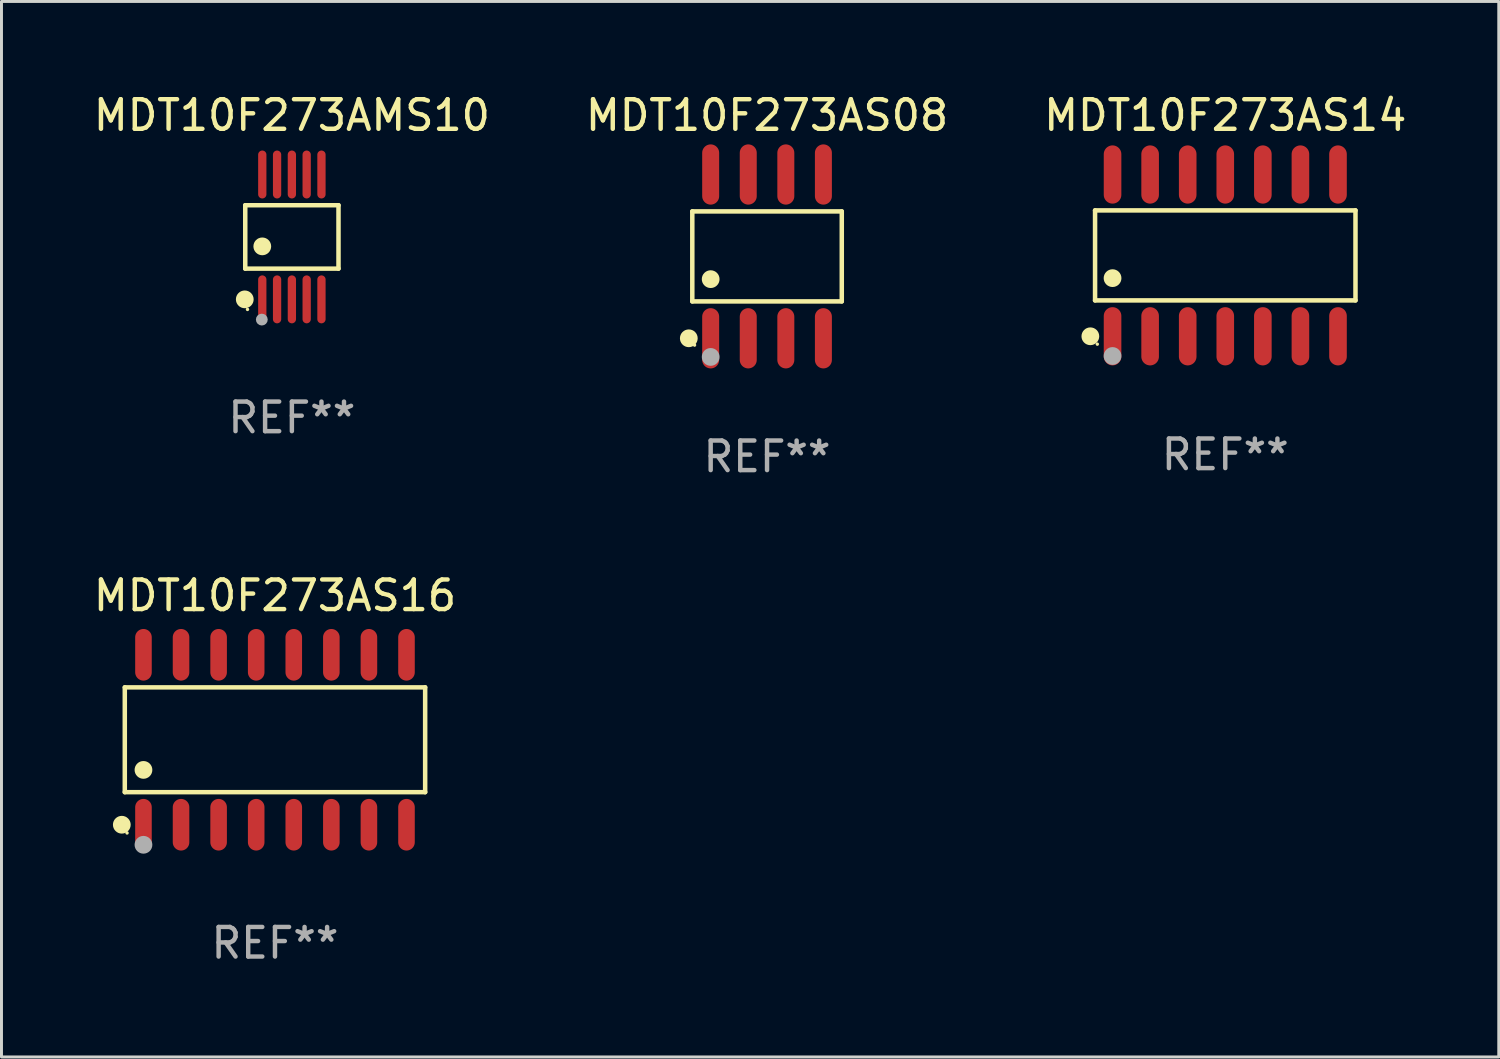
<source format=kicad_pcb>
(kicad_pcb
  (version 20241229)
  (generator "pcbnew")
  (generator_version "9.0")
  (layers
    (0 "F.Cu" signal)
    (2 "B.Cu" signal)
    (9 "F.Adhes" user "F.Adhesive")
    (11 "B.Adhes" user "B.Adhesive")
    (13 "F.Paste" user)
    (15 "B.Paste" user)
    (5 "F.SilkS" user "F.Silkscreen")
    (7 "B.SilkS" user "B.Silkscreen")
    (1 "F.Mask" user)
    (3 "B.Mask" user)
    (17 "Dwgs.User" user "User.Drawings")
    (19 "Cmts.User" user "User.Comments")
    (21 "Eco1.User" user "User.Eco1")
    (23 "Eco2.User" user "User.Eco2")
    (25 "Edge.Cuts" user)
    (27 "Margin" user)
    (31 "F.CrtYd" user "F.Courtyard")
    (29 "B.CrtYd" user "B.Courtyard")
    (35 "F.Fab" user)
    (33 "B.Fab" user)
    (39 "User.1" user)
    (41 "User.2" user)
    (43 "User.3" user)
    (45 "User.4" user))
  (footprint "MDT10F273AS14"
    (layer "F.Cu")
    (at 38.363 5.582)
    (property "Reference" "MDT10F273AS14" (at 0 -4.734 0) (layer "F.SilkS") (effects (font (size 1 1) (thickness 0.15))))
    (attr through_hole)
    (fp_line (start -4.401 -1.521) (end 4.401 -1.521) (stroke (width 0.152) (type solid)) (layer "F.SilkS"))
    (fp_line (start -4.401 1.521) (end -4.401 -1.521) (stroke (width 0.152) (type solid)) (layer "F.SilkS"))
    (fp_line (start 4.401 -1.521) (end 4.401 1.521) (stroke (width 0.152) (type solid)) (layer "F.SilkS"))
    (fp_line (start 4.401 1.521) (end -4.401 1.521) (stroke (width 0.152) (type solid)) (layer "F.SilkS"))
    (fp_circle (center -4.56 2.734) (end -4.41 2.734) (stroke (width 0.3) (type solid)) (fill no) (layer "F.SilkS"))
    (fp_circle (center -4.325 3) (end -4.295 3) (stroke (width 0.06) (type solid)) (fill no) (layer "F.SilkS"))
    (fp_circle (center -3.81 0.769) (end -3.66 0.769) (stroke (width 0.3) (type solid)) (fill no) (layer "F.SilkS"))
    (fp_circle (center -3.81 3.4) (end -3.66 3.4) (stroke (width 0.3) (type solid)) (fill no) (layer "F.Fab"))
    (fp_text user "REF**" (at 0 6.734 0) (layer "F.Fab") (effects (font (size 1 1) (thickness 0.15))))
    (pad "1" smd oval (at -3.81 2.734) (size 0.595 1.968) (layers "F.Cu" "F.Mask" "F.Paste"))
    (pad "2" smd oval (at -2.54 2.734) (size 0.595 1.968) (layers "F.Cu" "F.Mask" "F.Paste"))
    (pad "3" smd oval (at -1.27 2.734) (size 0.595 1.968) (layers "F.Cu" "F.Mask" "F.Paste"))
    (pad "4" smd oval (at 0 2.734) (size 0.595 1.968) (layers "F.Cu" "F.Mask" "F.Paste"))
    (pad "5" smd oval (at 1.27 2.734) (size 0.595 1.968) (layers "F.Cu" "F.Mask" "F.Paste"))
    (pad "6" smd oval (at 2.54 2.734) (size 0.595 1.968) (layers "F.Cu" "F.Mask" "F.Paste"))
    (pad "7" smd oval (at 3.81 2.734) (size 0.595 1.968) (layers "F.Cu" "F.Mask" "F.Paste"))
    (pad "8" smd oval (at 3.81 -2.734) (size 0.595 1.968) (layers "F.Cu" "F.Mask" "F.Paste"))
    (pad "9" smd oval (at 2.54 -2.734) (size 0.595 1.968) (layers "F.Cu" "F.Mask" "F.Paste"))
    (pad "10" smd oval (at 1.27 -2.734) (size 0.595 1.968) (layers "F.Cu" "F.Mask" "F.Paste"))
    (pad "11" smd oval (at 0 -2.734) (size 0.595 1.968) (layers "F.Cu" "F.Mask" "F.Paste"))
    (pad "12" smd oval (at -1.27 -2.734) (size 0.595 1.968) (layers "F.Cu" "F.Mask" "F.Paste"))
    (pad "13" smd oval (at -2.54 -2.734) (size 0.595 1.968) (layers "F.Cu" "F.Mask" "F.Paste"))
    (pad "14" smd oval (at -3.81 -2.734) (size 0.595 1.968) (layers "F.Cu" "F.Mask" "F.Paste")))
  (footprint "MDT10F273AS16"
    (layer "F.Cu")
    (at 6.244 21.953)
    (property "Reference" "MDT10F273AS16" (at 0 -4.872 0) (layer "F.SilkS") (effects (font (size 1 1) (thickness 0.15))))
    (attr through_hole)
    (fp_line (start -5.076 -1.771) (end 5.076 -1.771) (stroke (width 0.152) (type solid)) (layer "F.SilkS"))
    (fp_line (start -5.076 1.771) (end -5.076 -1.771) (stroke (width 0.152) (type solid)) (layer "F.SilkS"))
    (fp_line (start 5.076 -1.771) (end 5.076 1.771) (stroke (width 0.152) (type solid)) (layer "F.SilkS"))
    (fp_line (start 5.076 1.771) (end -5.076 1.771) (stroke (width 0.152) (type solid)) (layer "F.SilkS"))
    (fp_circle (center -5.177 2.872) (end -5.027 2.872) (stroke (width 0.3) (type solid)) (fill no) (layer "F.SilkS"))
    (fp_circle (center -5 3.15) (end -4.97 3.15) (stroke (width 0.06) (type solid)) (fill no) (layer "F.SilkS"))
    (fp_circle (center -4.445 1.019) (end -4.295 1.019) (stroke (width 0.3) (type solid)) (fill no) (layer "F.SilkS"))
    (fp_circle (center -4.445 3.55) (end -4.295 3.55) (stroke (width 0.3) (type solid)) (fill no) (layer "F.Fab"))
    (fp_text user "REF**" (at 0 6.872 0) (layer "F.Fab") (effects (font (size 1 1) (thickness 0.15))))
    (pad "1" smd oval (at -4.445 2.872) (size 0.56 1.745) (layers "F.Cu" "F.Mask" "F.Paste"))
    (pad "2" smd oval (at -3.175 2.872) (size 0.56 1.745) (layers "F.Cu" "F.Mask" "F.Paste"))
    (pad "3" smd oval (at -1.905 2.872) (size 0.56 1.745) (layers "F.Cu" "F.Mask" "F.Paste"))
    (pad "4" smd oval (at -0.635 2.872) (size 0.56 1.745) (layers "F.Cu" "F.Mask" "F.Paste"))
    (pad "5" smd oval (at 0.635 2.872) (size 0.56 1.745) (layers "F.Cu" "F.Mask" "F.Paste"))
    (pad "6" smd oval (at 1.905 2.872) (size 0.56 1.745) (layers "F.Cu" "F.Mask" "F.Paste"))
    (pad "7" smd oval (at 3.175 2.872) (size 0.56 1.745) (layers "F.Cu" "F.Mask" "F.Paste"))
    (pad "8" smd oval (at 4.445 2.872) (size 0.56 1.745) (layers "F.Cu" "F.Mask" "F.Paste"))
    (pad "9" smd oval (at 4.445 -2.872) (size 0.56 1.745) (layers "F.Cu" "F.Mask" "F.Paste"))
    (pad "10" smd oval (at 3.175 -2.872) (size 0.56 1.745) (layers "F.Cu" "F.Mask" "F.Paste"))
    (pad "11" smd oval (at 1.905 -2.872) (size 0.56 1.745) (layers "F.Cu" "F.Mask" "F.Paste"))
    (pad "12" smd oval (at 0.635 -2.872) (size 0.56 1.745) (layers "F.Cu" "F.Mask" "F.Paste"))
    (pad "13" smd oval (at -0.635 -2.872) (size 0.56 1.745) (layers "F.Cu" "F.Mask" "F.Paste"))
    (pad "14" smd oval (at -1.905 -2.872) (size 0.56 1.745) (layers "F.Cu" "F.Mask" "F.Paste"))
    (pad "15" smd oval (at -3.175 -2.872) (size 0.56 1.745) (layers "F.Cu" "F.Mask" "F.Paste"))
    (pad "16" smd oval (at -4.445 -2.872) (size 0.56 1.745) (layers "F.Cu" "F.Mask" "F.Paste")))
  (footprint "MDT10F273AMS10"
    (layer "F.Cu")
    (at 6.815 4.958)
    (property "Reference" "MDT10F273AMS10" (at 0 -4.11 0) (layer "F.SilkS") (effects (font (size 1 1) (thickness 0.15))))
    (attr through_hole)
    (fp_line (start -1.576 -1.071) (end 1.576 -1.071) (stroke (width 0.152) (type solid)) (layer "F.SilkS"))
    (fp_line (start -1.576 1.071) (end -1.576 -1.071) (stroke (width 0.152) (type solid)) (layer "F.SilkS"))
    (fp_line (start 1.576 -1.071) (end 1.576 1.071) (stroke (width 0.152) (type solid)) (layer "F.SilkS"))
    (fp_line (start 1.576 1.071) (end -1.576 1.071) (stroke (width 0.152) (type solid)) (layer "F.SilkS"))
    (fp_circle (center -1.592 2.11) (end -1.442 2.11) (stroke (width 0.3) (type solid)) (fill no) (layer "F.SilkS"))
    (fp_circle (center -1.5 2.45) (end -1.47 2.45) (stroke (width 0.06) (type solid)) (fill no) (layer "F.SilkS"))
    (fp_circle (center -1 0.319) (end -0.85 0.319) (stroke (width 0.3) (type solid)) (fill no) (layer "F.SilkS"))
    (fp_circle (center -1.016 2.794) (end -0.916 2.794) (stroke (width 0.2) (type solid)) (fill no) (layer "F.Fab"))
    (fp_text user "REF**" (at 0 6.11 0) (layer "F.Fab") (effects (font (size 1 1) (thickness 0.15))))
    (pad "1" smd oval (at -1 2.11) (size 0.28 1.62) (layers "F.Cu" "F.Mask" "F.Paste"))
    (pad "2" smd oval (at -0.5 2.11) (size 0.28 1.62) (layers "F.Cu" "F.Mask" "F.Paste"))
    (pad "3" smd oval (at 0 2.11) (size 0.28 1.62) (layers "F.Cu" "F.Mask" "F.Paste"))
    (pad "4" smd oval (at 0.5 2.11) (size 0.28 1.62) (layers "F.Cu" "F.Mask" "F.Paste"))
    (pad "5" smd oval (at 1 2.11) (size 0.28 1.62) (layers "F.Cu" "F.Mask" "F.Paste"))
    (pad "6" smd oval (at 1 -2.11) (size 0.28 1.62) (layers "F.Cu" "F.Mask" "F.Paste"))
    (pad "7" smd oval (at 0.5 -2.11) (size 0.28 1.62) (layers "F.Cu" "F.Mask" "F.Paste"))
    (pad "8" smd oval (at 0 -2.11) (size 0.28 1.62) (layers "F.Cu" "F.Mask" "F.Paste"))
    (pad "9" smd oval (at -0.5 -2.11) (size 0.28 1.62) (layers "F.Cu" "F.Mask" "F.Paste"))
    (pad "10" smd oval (at -1 -2.11) (size 0.28 1.62) (layers "F.Cu" "F.Mask" "F.Paste")))
  (footprint "MDT10F273AS08"
    (layer "F.Cu")
    (at 22.875 5.616)
    (property "Reference" "MDT10F273AS08" (at 0 -4.768 0) (layer "F.SilkS") (effects (font (size 1 1) (thickness 0.15))))
    (attr through_hole)
    (fp_line (start -2.526 -1.521) (end 2.526 -1.521) (stroke (width 0.152) (type solid)) (layer "F.SilkS"))
    (fp_line (start -2.526 1.521) (end -2.526 -1.521) (stroke (width 0.152) (type solid)) (layer "F.SilkS"))
    (fp_line (start 2.526 -1.521) (end 2.526 1.521) (stroke (width 0.152) (type solid)) (layer "F.SilkS"))
    (fp_line (start 2.526 1.521) (end -2.526 1.521) (stroke (width 0.152) (type solid)) (layer "F.SilkS"))
    (fp_circle (center -2.644 2.768) (end -2.494 2.768) (stroke (width 0.3) (type solid)) (fill no) (layer "F.SilkS"))
    (fp_circle (center -2.45 2.998) (end -2.42 2.998) (stroke (width 0.06) (type solid)) (fill no) (layer "F.SilkS"))
    (fp_circle (center -1.905 0.769) (end -1.755 0.769) (stroke (width 0.3) (type solid)) (fill no) (layer "F.SilkS"))
    (fp_circle (center -1.905 3.398) (end -1.755 3.398) (stroke (width 0.3) (type solid)) (fill no) (layer "F.Fab"))
    (fp_text user "REF**" (at 0 6.768 0) (layer "F.Fab") (effects (font (size 1 1) (thickness 0.15))))
    (pad "1" smd oval (at -1.905 2.768) (size 0.574 2.036) (layers "F.Cu" "F.Mask" "F.Paste"))
    (pad "2" smd oval (at -0.635 2.768) (size 0.574 2.036) (layers "F.Cu" "F.Mask" "F.Paste"))
    (pad "3" smd oval (at 0.635 2.768) (size 0.574 2.036) (layers "F.Cu" "F.Mask" "F.Paste"))
    (pad "4" smd oval (at 1.905 2.768) (size 0.574 2.036) (layers "F.Cu" "F.Mask" "F.Paste"))
    (pad "5" smd oval (at 1.905 -2.768) (size 0.574 2.036) (layers "F.Cu" "F.Mask" "F.Paste"))
    (pad "6" smd oval (at 0.635 -2.768) (size 0.574 2.036) (layers "F.Cu" "F.Mask" "F.Paste"))
    (pad "7" smd oval (at -0.635 -2.768) (size 0.574 2.036) (layers "F.Cu" "F.Mask" "F.Paste"))
    (pad "8" smd oval (at -1.905 -2.768) (size 0.574 2.036) (layers "F.Cu" "F.Mask" "F.Paste")))
  (gr_rect
    (start -3 -3)
    (end 47.607 32.674)
    (stroke (width 0.1) (type default))
    (fill no)
    (layer "Edge.Cuts")))
</source>
